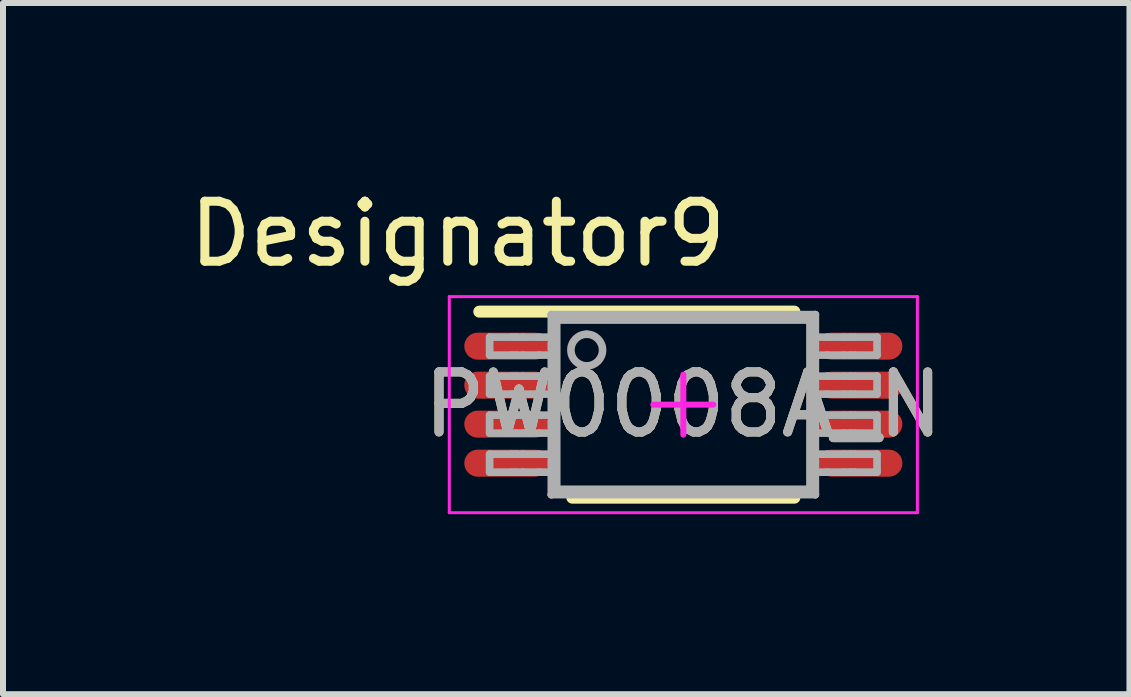
<source format=kicad_pcb>
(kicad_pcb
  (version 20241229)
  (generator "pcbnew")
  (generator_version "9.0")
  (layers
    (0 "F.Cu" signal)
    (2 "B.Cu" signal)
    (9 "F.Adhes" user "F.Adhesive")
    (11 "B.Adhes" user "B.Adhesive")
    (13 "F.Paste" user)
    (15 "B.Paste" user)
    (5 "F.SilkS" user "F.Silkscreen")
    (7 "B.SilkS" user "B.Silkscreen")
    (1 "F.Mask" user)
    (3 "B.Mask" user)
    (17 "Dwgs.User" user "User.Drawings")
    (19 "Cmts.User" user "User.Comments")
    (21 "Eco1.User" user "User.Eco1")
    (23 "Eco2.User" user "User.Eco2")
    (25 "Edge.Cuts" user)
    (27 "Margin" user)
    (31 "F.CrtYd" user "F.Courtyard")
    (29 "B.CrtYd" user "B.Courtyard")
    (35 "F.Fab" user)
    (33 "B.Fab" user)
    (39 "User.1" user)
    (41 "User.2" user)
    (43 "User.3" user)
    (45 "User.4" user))
  (footprint "PW0008A_N"
    (layer "F.Cu")
    (at 8.337 3.693)
    (property "Reference" "PW0008A_N" (at 0 0 0) (unlocked yes) (layer "F.SilkS") (effects (font (size 1 1) (thickness 0.15))))
    (attr smd)
    (fp_line (start -3.4 -1.55) (end 1.85 -1.55) (stroke (width 0.2) (type solid)) (layer "F.SilkS"))
    (fp_line (start -1.85 1.55) (end 1.85 1.55) (stroke (width 0.2) (type solid)) (layer "F.SilkS"))
    (fp_line (start -3.9 -1.8) (end 3.9 -1.8) (stroke (width 0.05) (type solid)) (layer "F.CrtYd"))
    (fp_line (start -3.9 1.8) (end -3.9 -1.8) (stroke (width 0.05) (type solid)) (layer "F.CrtYd"))
    (fp_line (start -3.9 1.8) (end 3.9 1.8) (stroke (width 0.05) (type solid)) (layer "F.CrtYd"))
    (fp_line (start -0.5 0) (end 0.5 0) (stroke (width 0.1) (type solid)) (layer "F.CrtYd"))
    (fp_line (start -0.000003 0.5) (end -0.000003 -0.5) (stroke (width 0.1) (type solid)) (layer "F.CrtYd"))
    (fp_line (start 3.9 1.8) (end 3.9 -1.8) (stroke (width 0.05) (type solid)) (layer "F.CrtYd"))
    (fp_line (start -3.228 -1.125) (end -2.856 -1.125) (stroke (width 0.127) (type solid)) (layer "F.Fab"))
    (fp_line (start -3.228 -0.825) (end -3.228 -1.125) (stroke (width 0.127) (type solid)) (layer "F.Fab"))
    (fp_line (start -3.228 -0.825) (end -2.856 -0.825) (stroke (width 0.127) (type solid)) (layer "F.Fab"))
    (fp_line (start -3.228 -0.475) (end -2.856 -0.475) (stroke (width 0.127) (type solid)) (layer "F.Fab"))
    (fp_line (start -3.228 -0.175) (end -3.228 -0.475) (stroke (width 0.127) (type solid)) (layer "F.Fab"))
    (fp_line (start -3.228 -0.175) (end -2.856 -0.175) (stroke (width 0.127) (type solid)) (layer "F.Fab"))
    (fp_line (start -3.228 0.175) (end -2.856 0.175) (stroke (width 0.127) (type solid)) (layer "F.Fab"))
    (fp_line (start -3.228 0.475) (end -3.228 0.175) (stroke (width 0.127) (type solid)) (layer "F.Fab"))
    (fp_line (start -3.228 0.475) (end -2.856 0.475) (stroke (width 0.127) (type solid)) (layer "F.Fab"))
    (fp_line (start -3.228 0.825) (end -2.856 0.825) (stroke (width 0.127) (type solid)) (layer "F.Fab"))
    (fp_line (start -3.228 1.125) (end -3.228 0.825) (stroke (width 0.127) (type solid)) (layer "F.Fab"))
    (fp_line (start -3.228 1.125) (end -2.856 1.125) (stroke (width 0.127) (type solid)) (layer "F.Fab"))
    (fp_line (start -2.856 -1.125) (end -2.785 -1.125) (stroke (width 0.127) (type solid)) (layer "F.Fab"))
    (fp_line (start -2.856 -0.825) (end -2.785 -0.825) (stroke (width 0.127) (type solid)) (layer "F.Fab"))
    (fp_line (start -2.856 -0.475) (end -2.785 -0.475) (stroke (width 0.127) (type solid)) (layer "F.Fab"))
    (fp_line (start -2.856 -0.175) (end -2.785 -0.175) (stroke (width 0.127) (type solid)) (layer "F.Fab"))
    (fp_line (start -2.856 0.175) (end -2.785 0.175) (stroke (width 0.127) (type solid)) (layer "F.Fab"))
    (fp_line (start -2.856 0.475) (end -2.785 0.475) (stroke (width 0.127) (type solid)) (layer "F.Fab"))
    (fp_line (start -2.856 0.825) (end -2.785 0.825) (stroke (width 0.127) (type solid)) (layer "F.Fab"))
    (fp_line (start -2.856 1.125) (end -2.785 1.125) (stroke (width 0.127) (type solid)) (layer "F.Fab"))
    (fp_line (start -2.785 -1.125) (end -2.669 -1.125) (stroke (width 0.127) (type solid)) (layer "F.Fab"))
    (fp_line (start -2.785 -0.825) (end -2.669 -0.825) (stroke (width 0.127) (type solid)) (layer "F.Fab"))
    (fp_line (start -2.785 -0.475) (end -2.669 -0.475) (stroke (width 0.127) (type solid)) (layer "F.Fab"))
    (fp_line (start -2.785 -0.175) (end -2.669 -0.175) (stroke (width 0.127) (type solid)) (layer "F.Fab"))
    (fp_line (start -2.785 0.175) (end -2.669 0.175) (stroke (width 0.127) (type solid)) (layer "F.Fab"))
    (fp_line (start -2.785 0.475) (end -2.669 0.475) (stroke (width 0.127) (type solid)) (layer "F.Fab"))
    (fp_line (start -2.785 0.825) (end -2.669 0.825) (stroke (width 0.127) (type solid)) (layer "F.Fab"))
    (fp_line (start -2.785 1.125) (end -2.669 1.125) (stroke (width 0.127) (type solid)) (layer "F.Fab"))
    (fp_line (start -2.669 -1.125) (end -2.4 -1.125) (stroke (width 0.127) (type solid)) (layer "F.Fab"))
    (fp_line (start -2.669 -0.825) (end -2.4 -0.825) (stroke (width 0.127) (type solid)) (layer "F.Fab"))
    (fp_line (start -2.669 -0.475) (end -2.4 -0.475) (stroke (width 0.127) (type solid)) (layer "F.Fab"))
    (fp_line (start -2.669 -0.175) (end -2.4 -0.175) (stroke (width 0.127) (type solid)) (layer "F.Fab"))
    (fp_line (start -2.669 0.175) (end -2.4 0.175) (stroke (width 0.127) (type solid)) (layer "F.Fab"))
    (fp_line (start -2.669 0.475) (end -2.4 0.475) (stroke (width 0.127) (type solid)) (layer "F.Fab"))
    (fp_line (start -2.669 0.825) (end -2.4 0.825) (stroke (width 0.127) (type solid)) (layer "F.Fab"))
    (fp_line (start -2.669 1.125) (end -2.4 1.125) (stroke (width 0.127) (type solid)) (layer "F.Fab"))
    (fp_line (start -2.4 -1.125) (end -2.2 -1.125) (stroke (width 0.127) (type solid)) (layer "F.Fab"))
    (fp_line (start -2.4 -0.825) (end -2.2 -0.825) (stroke (width 0.127) (type solid)) (layer "F.Fab"))
    (fp_line (start -2.4 -0.475) (end -2.2 -0.475) (stroke (width 0.127) (type solid)) (layer "F.Fab"))
    (fp_line (start -2.4 -0.175) (end -2.2 -0.175) (stroke (width 0.127) (type solid)) (layer "F.Fab"))
    (fp_line (start -2.4 0.175) (end -2.2 0.175) (stroke (width 0.127) (type solid)) (layer "F.Fab"))
    (fp_line (start -2.4 0.475) (end -2.2 0.475) (stroke (width 0.127) (type solid)) (layer "F.Fab"))
    (fp_line (start -2.4 0.825) (end -2.2 0.825) (stroke (width 0.127) (type solid)) (layer "F.Fab"))
    (fp_line (start -2.4 1.125) (end -2.2 1.125) (stroke (width 0.127) (type solid)) (layer "F.Fab"))
    (fp_line (start -2.2 -1.5) (end -2.11 -1.41) (stroke (width 0.127) (type solid)) (layer "F.Fab"))
    (fp_line (start -2.2 -1.5) (end 2.2 -1.5) (stroke (width 0.127) (type solid)) (layer "F.Fab"))
    (fp_line (start -2.2 -1.125) (end -2.2 -1.5) (stroke (width 0.127) (type solid)) (layer "F.Fab"))
    (fp_line (start -2.2 -0.825) (end -2.2 -1.125) (stroke (width 0.127) (type solid)) (layer "F.Fab"))
    (fp_line (start -2.2 -0.475) (end -2.2 -0.825) (stroke (width 0.127) (type solid)) (layer "F.Fab"))
    (fp_line (start -2.2 -0.175) (end -2.2 -0.475) (stroke (width 0.127) (type solid)) (layer "F.Fab"))
    (fp_line (start -2.2 0.175) (end -2.2 -0.175) (stroke (width 0.127) (type solid)) (layer "F.Fab"))
    (fp_line (start -2.2 0.475) (end -2.2 0.175) (stroke (width 0.127) (type solid)) (layer "F.Fab"))
    (fp_line (start -2.2 0.825) (end -2.2 0.475) (stroke (width 0.127) (type solid)) (layer "F.Fab"))
    (fp_line (start -2.2 1.125) (end -2.2 0.825) (stroke (width 0.127) (type solid)) (layer "F.Fab"))
    (fp_line (start -2.2 1.5) (end -2.2 1.125) (stroke (width 0.127) (type solid)) (layer "F.Fab"))
    (fp_line (start -2.2 1.5) (end -2.11 1.41) (stroke (width 0.127) (type solid)) (layer "F.Fab"))
    (fp_line (start -2.2 1.5) (end 2.2 1.5) (stroke (width 0.127) (type solid)) (layer "F.Fab"))
    (fp_line (start -2.11 -1.41) (end 2.11 -1.41) (stroke (width 0.127) (type solid)) (layer "F.Fab"))
    (fp_line (start -2.11 1.41) (end -2.11 -1.41) (stroke (width 0.127) (type solid)) (layer "F.Fab"))
    (fp_line (start -2.11 1.41) (end 2.11 1.41) (stroke (width 0.127) (type solid)) (layer "F.Fab"))
    (fp_line (start 2.11 -1.41) (end 2.2 -1.5) (stroke (width 0.127) (type solid)) (layer "F.Fab"))
    (fp_line (start 2.11 1.41) (end 2.11 -1.41) (stroke (width 0.127) (type solid)) (layer "F.Fab"))
    (fp_line (start 2.11 1.41) (end 2.2 1.5) (stroke (width 0.127) (type solid)) (layer "F.Fab"))
    (fp_line (start 2.2 -1.125) (end 2.2 -1.5) (stroke (width 0.127) (type solid)) (layer "F.Fab"))
    (fp_line (start 2.2 -1.125) (end 2.4 -1.125) (stroke (width 0.127) (type solid)) (layer "F.Fab"))
    (fp_line (start 2.2 -0.825) (end 2.2 -1.125) (stroke (width 0.127) (type solid)) (layer "F.Fab"))
    (fp_line (start 2.2 -0.825) (end 2.4 -0.825) (stroke (width 0.127) (type solid)) (layer "F.Fab"))
    (fp_line (start 2.2 -0.475) (end 2.2 -0.825) (stroke (width 0.127) (type solid)) (layer "F.Fab"))
    (fp_line (start 2.2 -0.475) (end 2.4 -0.475) (stroke (width 0.127) (type solid)) (layer "F.Fab"))
    (fp_line (start 2.2 -0.175) (end 2.2 -0.475) (stroke (width 0.127) (type solid)) (layer "F.Fab"))
    (fp_line (start 2.2 -0.175) (end 2.4 -0.175) (stroke (width 0.127) (type solid)) (layer "F.Fab"))
    (fp_line (start 2.2 0.175) (end 2.2 -0.175) (stroke (width 0.127) (type solid)) (layer "F.Fab"))
    (fp_line (start 2.2 0.175) (end 2.4 0.175) (stroke (width 0.127) (type solid)) (layer "F.Fab"))
    (fp_line (start 2.2 0.475) (end 2.2 0.175) (stroke (width 0.127) (type solid)) (layer "F.Fab"))
    (fp_line (start 2.2 0.475) (end 2.4 0.475) (stroke (width 0.127) (type solid)) (layer "F.Fab"))
    (fp_line (start 2.2 0.825) (end 2.2 0.475) (stroke (width 0.127) (type solid)) (layer "F.Fab"))
    (fp_line (start 2.2 0.825) (end 2.4 0.825) (stroke (width 0.127) (type solid)) (layer "F.Fab"))
    (fp_line (start 2.2 1.125) (end 2.2 0.825) (stroke (width 0.127) (type solid)) (layer "F.Fab"))
    (fp_line (start 2.2 1.125) (end 2.4 1.125) (stroke (width 0.127) (type solid)) (layer "F.Fab"))
    (fp_line (start 2.2 1.5) (end 2.2 1.125) (stroke (width 0.127) (type solid)) (layer "F.Fab"))
    (fp_line (start 2.4 -1.125) (end 2.669 -1.125) (stroke (width 0.127) (type solid)) (layer "F.Fab"))
    (fp_line (start 2.4 -0.825) (end 2.669 -0.825) (stroke (width 0.127) (type solid)) (layer "F.Fab"))
    (fp_line (start 2.4 -0.475) (end 2.669 -0.475) (stroke (width 0.127) (type solid)) (layer "F.Fab"))
    (fp_line (start 2.4 -0.175) (end 2.669 -0.175) (stroke (width 0.127) (type solid)) (layer "F.Fab"))
    (fp_line (start 2.4 0.175) (end 2.669 0.175) (stroke (width 0.127) (type solid)) (layer "F.Fab"))
    (fp_line (start 2.4 0.475) (end 2.669 0.475) (stroke (width 0.127) (type solid)) (layer "F.Fab"))
    (fp_line (start 2.4 0.825) (end 2.669 0.825) (stroke (width 0.127) (type solid)) (layer "F.Fab"))
    (fp_line (start 2.4 1.125) (end 2.669 1.125) (stroke (width 0.127) (type solid)) (layer "F.Fab"))
    (fp_line (start 2.669 -1.125) (end 2.785 -1.125) (stroke (width 0.127) (type solid)) (layer "F.Fab"))
    (fp_line (start 2.669 -0.825) (end 2.785 -0.825) (stroke (width 0.127) (type solid)) (layer "F.Fab"))
    (fp_line (start 2.669 -0.475) (end 2.785 -0.475) (stroke (width 0.127) (type solid)) (layer "F.Fab"))
    (fp_line (start 2.669 -0.175) (end 2.785 -0.175) (stroke (width 0.127) (type solid)) (layer "F.Fab"))
    (fp_line (start 2.669 0.175) (end 2.785 0.175) (stroke (width 0.127) (type solid)) (layer "F.Fab"))
    (fp_line (start 2.669 0.475) (end 2.785 0.475) (stroke (width 0.127) (type solid)) (layer "F.Fab"))
    (fp_line (start 2.669 0.825) (end 2.785 0.825) (stroke (width 0.127) (type solid)) (layer "F.Fab"))
    (fp_line (start 2.669 1.125) (end 2.785 1.125) (stroke (width 0.127) (type solid)) (layer "F.Fab"))
    (fp_line (start 2.785 -1.125) (end 2.856 -1.125) (stroke (width 0.127) (type solid)) (layer "F.Fab"))
    (fp_line (start 2.785 -0.825) (end 2.856 -0.825) (stroke (width 0.127) (type solid)) (layer "F.Fab"))
    (fp_line (start 2.785 -0.475) (end 2.856 -0.475) (stroke (width 0.127) (type solid)) (layer "F.Fab"))
    (fp_line (start 2.785 -0.175) (end 2.856 -0.175) (stroke (width 0.127) (type solid)) (layer "F.Fab"))
    (fp_line (start 2.785 0.175) (end 2.856 0.175) (stroke (width 0.127) (type solid)) (layer "F.Fab"))
    (fp_line (start 2.785 0.475) (end 2.856 0.475) (stroke (width 0.127) (type solid)) (layer "F.Fab"))
    (fp_line (start 2.785 0.825) (end 2.856 0.825) (stroke (width 0.127) (type solid)) (layer "F.Fab"))
    (fp_line (start 2.785 1.125) (end 2.856 1.125) (stroke (width 0.127) (type solid)) (layer "F.Fab"))
    (fp_line (start 2.856 -1.125) (end 3.228 -1.125) (stroke (width 0.127) (type solid)) (layer "F.Fab"))
    (fp_line (start 2.856 -0.825) (end 3.228 -0.825) (stroke (width 0.127) (type solid)) (layer "F.Fab"))
    (fp_line (start 2.856 -0.475) (end 3.228 -0.475) (stroke (width 0.127) (type solid)) (layer "F.Fab"))
    (fp_line (start 2.856 -0.175) (end 3.228 -0.175) (stroke (width 0.127) (type solid)) (layer "F.Fab"))
    (fp_line (start 2.856 0.175) (end 3.228 0.175) (stroke (width 0.127) (type solid)) (layer "F.Fab"))
    (fp_line (start 2.856 0.475) (end 3.228 0.475) (stroke (width 0.127) (type solid)) (layer "F.Fab"))
    (fp_line (start 2.856 0.825) (end 3.228 0.825) (stroke (width 0.127) (type solid)) (layer "F.Fab"))
    (fp_line (start 2.856 1.125) (end 3.228 1.125) (stroke (width 0.127) (type solid)) (layer "F.Fab"))
    (fp_line (start 3.228 -0.825) (end 3.228 -1.125) (stroke (width 0.127) (type solid)) (layer "F.Fab"))
    (fp_line (start 3.228 -0.175) (end 3.228 -0.475) (stroke (width 0.127) (type solid)) (layer "F.Fab"))
    (fp_line (start 3.228 0.475) (end 3.228 0.175) (stroke (width 0.127) (type solid)) (layer "F.Fab"))
    (fp_line (start 3.228 1.125) (end 3.228 0.825) (stroke (width 0.127) (type solid)) (layer "F.Fab"))
    (fp_arc (start -1.609654 -1.173203) (mid -1.346116 -0.909665) (end -1.609654 -0.646128) (stroke (width 0.127) (type solid)) (layer "F.Fab"))
    (fp_arc (start -1.609654 -0.646128) (mid -1.873192 -0.909665) (end -1.609654 -1.173203) (stroke (width 0.127) (type solid)) (layer "F.Fab"))
    (fp_text user "Designator9" (at -3.759 -2.845 0) (unlocked yes) (layer "F.SilkS") (effects (font (size 1 1) (thickness 0.15))))
    (fp_text user "${REFERENCE}" (at 0 0 0) (unlocked yes) (layer "F.Fab") (effects (font (size 1 1) (thickness 0.15))))
    (pad "1" smd oval (at -2.95 -0.975 90) (size 0.45 1.4) (layers "F.Cu" "F.Mask" "F.Paste"))
    (pad "2" smd oval (at -2.95 -0.325 90) (size 0.45 1.4) (layers "F.Cu" "F.Mask" "F.Paste"))
    (pad "3" smd oval (at -2.95 0.325 90) (size 0.45 1.4) (layers "F.Cu" "F.Mask" "F.Paste"))
    (pad "4" smd oval (at -2.95 0.975 90) (size 0.45 1.4) (layers "F.Cu" "F.Mask" "F.Paste"))
    (pad "5" smd oval (at 2.95 0.975 90) (size 0.45 1.4) (layers "F.Cu" "F.Mask" "F.Paste"))
    (pad "6" smd oval (at 2.95 0.325 90) (size 0.45 1.4) (layers "F.Cu" "F.Mask" "F.Paste"))
    (pad "7" smd oval (at 2.95 -0.325 90) (size 0.45 1.4) (layers "F.Cu" "F.Mask" "F.Paste"))
    (pad "8" smd oval (at 2.95 -0.975 90) (size 0.45 1.4) (layers "F.Cu" "F.Mask" "F.Paste")))
  (gr_rect
    (start -3 -3)
    (end 15.771 8.518)
    (stroke (width 0.1) (type default))
    (fill no)
    (layer "Edge.Cuts")))
</source>
